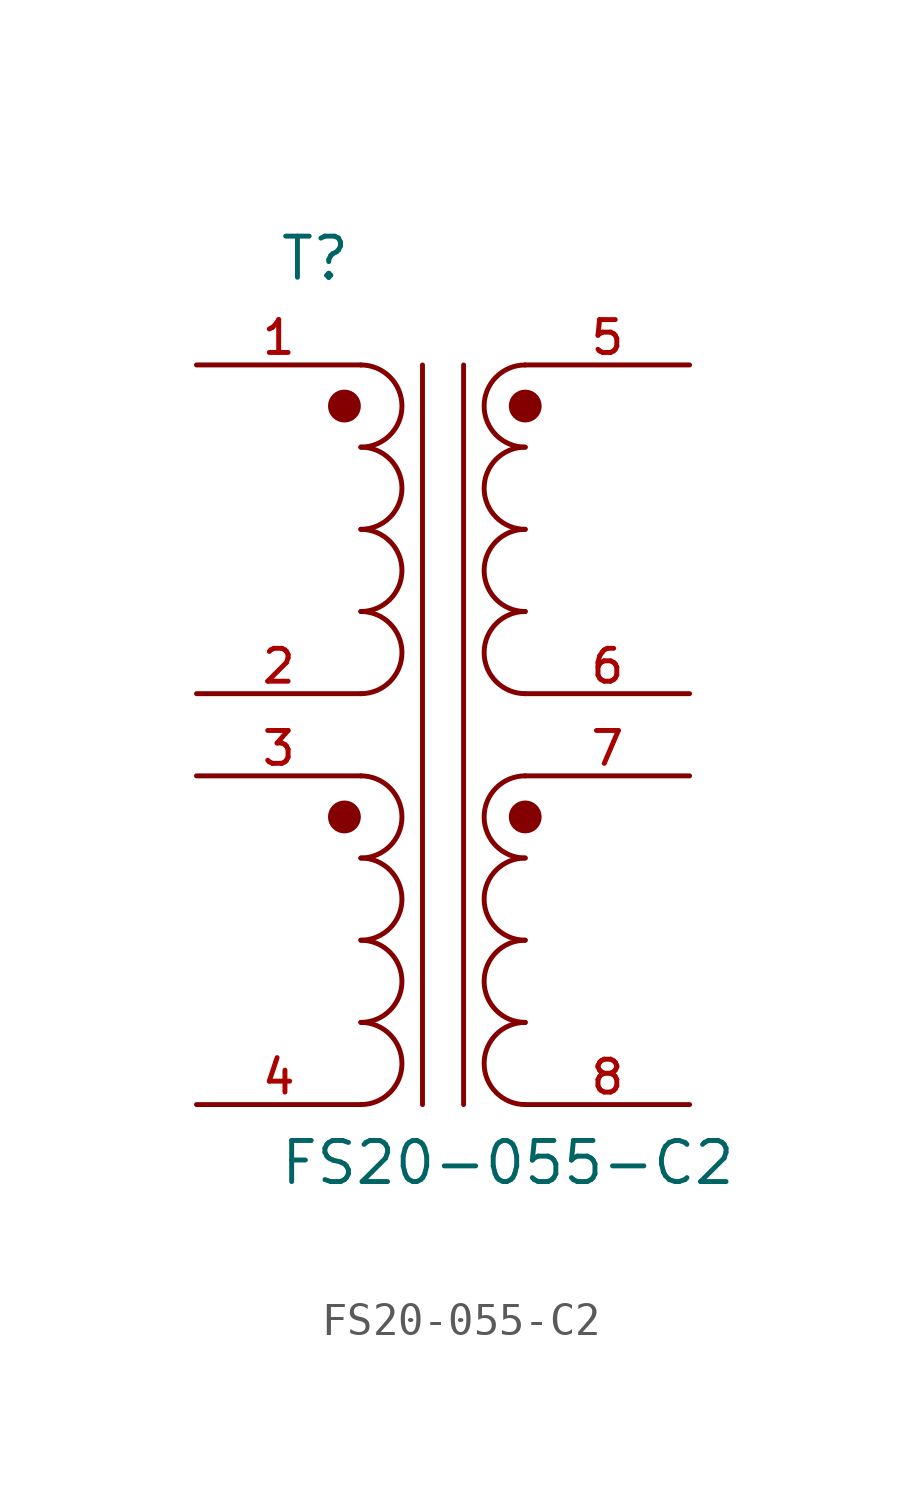
<source format=kicad_sym>
(kicad_symbol_lib
  (version 20211014)
  (generator kicad_symbol_editor)
  (symbol "FS20-055-C2"
    (pin_names
      (offset 1.016))
    (property "Reference" "T"
      (at -5.084 12.708 0)
      (effects (font (size 1.27 1.27)) (justify left bottom)))
    (property "Value" "FS20-055-C2"
      (at -5.081 -15.243 0)
      (effects (font (size 1.27 1.27)) (justify left bottom)))
    (symbol "FS20-055-C2_0_0"
      (circle (center -3.048 -3.81) (radius 0.254) (stroke (width 0.508) (type default) (color 0 0 0 0)) (fill (type none)))
      (circle (center -3.048 8.89) (radius 0.254) (stroke (width 0.508) (type default) (color 0 0 0 0)) (fill (type none)))
      (arc (start -2.54 -12.7) (mid -1.27 -11.43) (end -2.54 -10.16) (stroke (width 0.1524) (type default) (color 0 0 0 0)) (fill (type none)))
      (arc (start -2.54 -10.16) (mid -1.27 -8.89) (end -2.54 -7.62) (stroke (width 0.1524) (type default) (color 0 0 0 0)) (fill (type none)))
      (arc (start -2.54 -7.62) (mid -1.27 -6.35) (end -2.54 -5.08) (stroke (width 0.1524) (type default) (color 0 0 0 0)) (fill (type none)))
      (arc (start -2.54 -5.08) (mid -1.27 -3.81) (end -2.54 -2.54) (stroke (width 0.1524) (type default) (color 0 0 0 0)) (fill (type none)))
      (arc (start -2.54 0) (mid -1.27 1.27) (end -2.54 2.54) (stroke (width 0.1524) (type default) (color 0 0 0 0)) (fill (type none)))
      (arc (start -2.54 2.54) (mid -1.27 3.81) (end -2.54 5.08) (stroke (width 0.1524) (type default) (color 0 0 0 0)) (fill (type none)))
      (arc (start -2.54 5.08) (mid -1.27 6.35) (end -2.54 7.62) (stroke (width 0.1524) (type default) (color 0 0 0 0)) (fill (type none)))
      (arc (start -2.54 7.62) (mid -1.27 8.89) (end -2.54 10.16) (stroke (width 0.1524) (type default) (color 0 0 0 0)) (fill (type none)))
      (polyline (pts (xy -0.635 10.16) (xy -0.635 -12.7)) (stroke (width 0.152) (type default) (color 0 0 0 0)) (fill (type none)))
      (polyline (pts (xy 0.635 10.16) (xy 0.635 -12.7)) (stroke (width 0.152) (type default) (color 0 0 0 0)) (fill (type none)))
      (arc (start 2.54 -10.16) (mid 1.27 -11.43) (end 2.54 -12.7) (stroke (width 0.1524) (type default) (color 0 0 0 0)) (fill (type none)))
      (arc (start 2.54 -7.62) (mid 1.27 -8.89) (end 2.54 -10.16) (stroke (width 0.1524) (type default) (color 0 0 0 0)) (fill (type none)))
      (arc (start 2.54 -5.08) (mid 1.27 -6.35) (end 2.54 -7.62) (stroke (width 0.1524) (type default) (color 0 0 0 0)) (fill (type none)))
      (circle (center 2.54 -3.81) (radius 0.254) (stroke (width 0.508) (type default) (color 0 0 0 0)) (fill (type none)))
      (arc (start 2.54 -2.54) (mid 1.27 -3.81) (end 2.54 -5.08) (stroke (width 0.1524) (type default) (color 0 0 0 0)) (fill (type none)))
      (arc (start 2.54 2.54) (mid 1.27 1.27) (end 2.54 0) (stroke (width 0.1524) (type default) (color 0 0 0 0)) (fill (type none)))
      (arc (start 2.54 5.08) (mid 1.27 3.81) (end 2.54 2.54) (stroke (width 0.1524) (type default) (color 0 0 0 0)) (fill (type none)))
      (arc (start 2.54 7.62) (mid 1.27 6.35) (end 2.54 5.08) (stroke (width 0.1524) (type default) (color 0 0 0 0)) (fill (type none)))
      (circle (center 2.54 8.89) (radius 0.254) (stroke (width 0.508) (type default) (color 0 0 0 0)) (fill (type none)))
      (arc (start 2.54 10.16) (mid 1.27 8.89) (end 2.54 7.62) (stroke (width 0.1524) (type default) (color 0 0 0 0)) (fill (type none)))
      (pin passive line (at -7.62 10.16 0) (length 5.08) (name "~" (effects (font (size 1.016 1.016)))) (number "1" (effects (font (size 1.016 1.016)))))
      (pin passive line (at -7.62 0 0) (length 5.08) (name "~" (effects (font (size 1.016 1.016)))) (number "2" (effects (font (size 1.016 1.016)))))
      (pin passive line (at -7.62 -2.54 0) (length 5.08) (name "~" (effects (font (size 1.016 1.016)))) (number "3" (effects (font (size 1.016 1.016)))))
      (pin passive line (at -7.62 -12.7 0) (length 5.08) (name "~" (effects (font (size 1.016 1.016)))) (number "4" (effects (font (size 1.016 1.016)))))
      (pin passive line (at 7.62 10.16 180) (length 5.08) (name "~" (effects (font (size 1.016 1.016)))) (number "5" (effects (font (size 1.016 1.016)))))
      (pin passive line (at 7.62 0 180) (length 5.08) (name "~" (effects (font (size 1.016 1.016)))) (number "6" (effects (font (size 1.016 1.016)))))
      (pin passive line (at 7.62 -2.54 180) (length 5.08) (name "~" (effects (font (size 1.016 1.016)))) (number "7" (effects (font (size 1.016 1.016)))))
      (pin passive line (at 7.62 -12.7 180) (length 5.08) (name "~" (effects (font (size 1.016 1.016)))) (number "8" (effects (font (size 1.016 1.016))))))))
</source>
